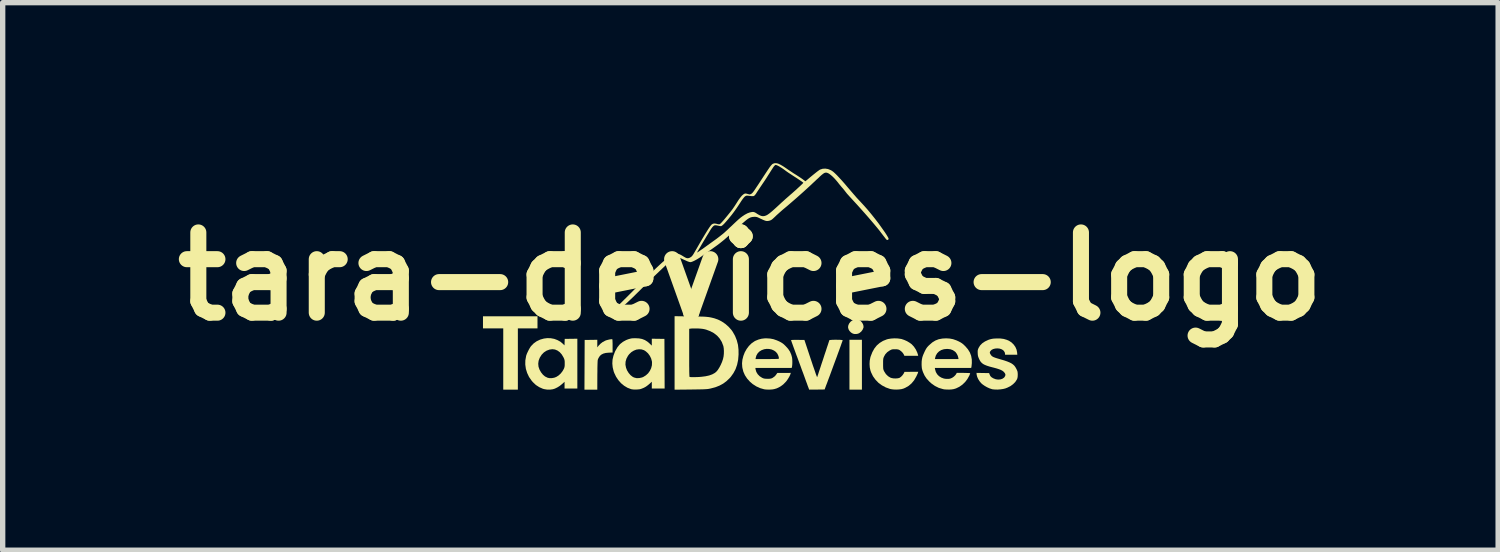
<source format=kicad_pcb>
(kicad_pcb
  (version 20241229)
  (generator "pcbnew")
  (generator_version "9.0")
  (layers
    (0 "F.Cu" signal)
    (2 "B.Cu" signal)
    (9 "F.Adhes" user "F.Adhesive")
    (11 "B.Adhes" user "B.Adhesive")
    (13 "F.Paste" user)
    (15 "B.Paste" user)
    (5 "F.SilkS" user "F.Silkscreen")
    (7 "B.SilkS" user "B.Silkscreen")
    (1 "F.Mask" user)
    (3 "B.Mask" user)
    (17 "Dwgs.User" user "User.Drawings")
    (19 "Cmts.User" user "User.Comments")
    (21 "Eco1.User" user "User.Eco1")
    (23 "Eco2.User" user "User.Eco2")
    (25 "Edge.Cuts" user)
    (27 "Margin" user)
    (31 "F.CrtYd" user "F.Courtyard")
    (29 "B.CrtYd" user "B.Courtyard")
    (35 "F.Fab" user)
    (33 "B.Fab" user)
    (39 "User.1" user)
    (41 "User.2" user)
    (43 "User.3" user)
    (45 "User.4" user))
  (footprint "tara-devices-logo"
    (layer "F.Cu")
    (at 10.979 2.117)
    (property "Reference" "tara-devices-logo" (at 0 0 0) (layer "F.SilkS") (effects (font (size 1.5 1.5) (thickness 0.3))))
    (attr board_only exclude_from_pos_files exclude_from_bom)
    (fp_poly (pts (xy 2.084 1.651) (xy 2.084 2.117) (xy 1.967 2.117) (xy 1.851 2.117) (xy 1.851 1.651) (xy 1.851 1.185) (xy 1.967 1.185) (xy 2.084 1.185)) (stroke (width 0) (type solid)) (fill yes) (layer "F.SilkS"))
    (fp_poly (pts (xy -3.981 0.859) (xy -3.981 0.972) (xy -4.165 0.972) (xy -4.348 0.972) (xy -4.348 1.545) (xy -4.348 2.117) (xy -4.484 2.117) (xy -4.621 2.117) (xy -4.621 1.545) (xy -4.621 0.972) (xy -4.81 0.972) (xy -5 0.972) (xy -5 0.859) (xy -5 0.746) (xy -4.491 0.746) (xy -3.981 0.746)) (stroke (width 0) (type solid)) (fill yes) (layer "F.SilkS"))
    (fp_poly (pts (xy 2.018 0.811) (xy 2.035 0.816) (xy 2.062 0.835) (xy 2.086 0.862) (xy 2.104 0.893) (xy 2.113 0.925) (xy 2.114 0.955) (xy 2.113 0.957) (xy 2.097 0.997) (xy 2.071 1.032) (xy 2.037 1.059) (xy 2.011 1.071) (xy 1.979 1.077) (xy 1.945 1.077) (xy 1.915 1.07) (xy 1.914 1.069) (xy 1.88 1.049) (xy 1.852 1.02) (xy 1.833 0.987) (xy 1.825 0.952) (xy 1.825 0.945) (xy 1.831 0.911) (xy 1.847 0.878) (xy 1.872 0.847) (xy 1.903 0.824) (xy 1.919 0.816) (xy 1.95 0.808) (xy 1.985 0.806)) (stroke (width 0) (type solid)) (fill yes) (layer "F.SilkS"))
    (fp_poly (pts (xy -2.582 1.176) (xy -2.58 1.183) (xy -2.579 1.202) (xy -2.578 1.229) (xy -2.577 1.264) (xy -2.577 1.301) (xy -2.577 1.423) (xy -2.648 1.426) (xy -2.704 1.431) (xy -2.749 1.443) (xy -2.785 1.461) (xy -2.814 1.486) (xy -2.837 1.521) (xy -2.844 1.535) (xy -2.848 1.543) (xy -2.851 1.552) (xy -2.854 1.561) (xy -2.856 1.574) (xy -2.857 1.59) (xy -2.858 1.612) (xy -2.859 1.64) (xy -2.86 1.676) (xy -2.861 1.722) (xy -2.861 1.778) (xy -2.862 1.843) (xy -2.863 2.117) (xy -2.983 2.117) (xy -3.103 2.117) (xy -3.101 1.653) (xy -3.099 1.188) (xy -2.981 1.187) (xy -2.863 1.185) (xy -2.863 1.256) (xy -2.863 1.327) (xy -2.84 1.297) (xy -2.807 1.262) (xy -2.765 1.229) (xy -2.717 1.203) (xy -2.715 1.202) (xy -2.694 1.194) (xy -2.668 1.187) (xy -2.64 1.18) (xy -2.614 1.176) (xy -2.593 1.174)) (stroke (width 0) (type solid)) (fill yes) (layer "F.SilkS"))
    (fp_poly (pts (xy 1.627 1.185) (xy 1.66 1.185) (xy 1.689 1.187) (xy 1.71 1.189) (xy 1.723 1.192) (xy 1.724 1.194) (xy 1.722 1.201) (xy 1.716 1.22) (xy 1.705 1.249) (xy 1.692 1.287) (xy 1.675 1.334) (xy 1.656 1.387) (xy 1.634 1.446) (xy 1.611 1.51) (xy 1.586 1.577) (xy 1.56 1.647) (xy 1.534 1.718) (xy 1.508 1.789) (xy 1.482 1.86) (xy 1.456 1.928) (xy 1.432 1.994) (xy 1.415 2.037) (xy 1.387 2.114) (xy 1.243 2.116) (xy 1.098 2.117) (xy 1.091 2.099) (xy 1.087 2.087) (xy 1.078 2.064) (xy 1.067 2.035) (xy 1.055 2) (xy 1.045 1.974) (xy 1.035 1.947) (xy 1.021 1.908) (xy 1.004 1.861) (xy 0.984 1.806) (xy 0.961 1.746) (xy 0.938 1.681) (xy 0.913 1.614) (xy 0.888 1.546) (xy 0.883 1.532) (xy 0.859 1.469) (xy 0.837 1.409) (xy 0.817 1.354) (xy 0.799 1.305) (xy 0.784 1.263) (xy 0.772 1.23) (xy 0.764 1.206) (xy 0.76 1.193) (xy 0.759 1.191) (xy 0.765 1.189) (xy 0.783 1.188) (xy 0.811 1.187) (xy 0.847 1.186) (xy 0.884 1.187) (xy 1.009 1.188) (xy 1.126 1.541) (xy 1.148 1.606) (xy 1.168 1.667) (xy 1.188 1.723) (xy 1.205 1.772) (xy 1.219 1.814) (xy 1.231 1.847) (xy 1.24 1.87) (xy 1.246 1.882) (xy 1.247 1.884) (xy 1.25 1.877) (xy 1.256 1.858) (xy 1.266 1.829) (xy 1.278 1.791) (xy 1.293 1.746) (xy 1.31 1.695) (xy 1.328 1.639) (xy 1.348 1.58) (xy 1.368 1.519) (xy 1.388 1.457) (xy 1.409 1.396) (xy 1.428 1.336) (xy 1.447 1.28) (xy 1.464 1.228) (xy 1.475 1.193) (xy 1.482 1.19) (xy 1.5 1.188) (xy 1.526 1.186) (xy 1.557 1.185) (xy 1.592 1.184)) (stroke (width 0) (type solid)) (fill yes) (layer "F.SilkS"))
    (fp_poly (pts (xy -2.084 1.159) (xy -2.026 1.17) (xy -1.974 1.19) (xy -1.927 1.219) (xy -1.886 1.254) (xy -1.844 1.294) (xy -1.844 1.229) (xy -1.844 1.165) (xy -1.726 1.167) (xy -1.608 1.168) (xy -1.606 1.633) (xy -1.604 2.097) (xy -1.724 2.097) (xy -1.844 2.097) (xy -1.844 2.033) (xy -1.844 1.969) (xy -1.882 2.004) (xy -1.92 2.036) (xy -1.954 2.061) (xy -1.99 2.081) (xy -2.021 2.094) (xy -2.047 2.104) (xy -2.071 2.11) (xy -2.099 2.113) (xy -2.134 2.115) (xy -2.179 2.115) (xy -2.215 2.111) (xy -2.233 2.107) (xy -2.299 2.082) (xy -2.362 2.044) (xy -2.419 1.997) (xy -2.469 1.94) (xy -2.512 1.876) (xy -2.545 1.807) (xy -2.556 1.778) (xy -2.575 1.701) (xy -2.58 1.65) (xy -2.337 1.65) (xy -2.326 1.707) (xy -2.307 1.756) (xy -2.277 1.805) (xy -2.242 1.846) (xy -2.204 1.876) (xy -2.177 1.89) (xy -2.13 1.902) (xy -2.079 1.901) (xy -2.028 1.89) (xy -2.003 1.88) (xy -1.955 1.85) (xy -1.913 1.812) (xy -1.88 1.766) (xy -1.856 1.716) (xy -1.842 1.662) (xy -1.84 1.609) (xy -1.842 1.587) (xy -1.857 1.533) (xy -1.882 1.483) (xy -1.915 1.438) (xy -1.955 1.402) (xy -1.989 1.38) (xy -2.035 1.365) (xy -2.083 1.362) (xy -2.133 1.369) (xy -2.181 1.388) (xy -2.226 1.416) (xy -2.266 1.454) (xy -2.289 1.484) (xy -2.318 1.538) (xy -2.334 1.593) (xy -2.337 1.65) (xy -2.58 1.65) (xy -2.582 1.628) (xy -2.578 1.556) (xy -2.561 1.483) (xy -2.533 1.408) (xy -2.522 1.386) (xy -2.484 1.321) (xy -2.439 1.267) (xy -2.385 1.224) (xy -2.323 1.19) (xy -2.281 1.174) (xy -2.253 1.166) (xy -2.228 1.16) (xy -2.2 1.157) (xy -2.166 1.156) (xy -2.151 1.156)) (stroke (width 0) (type solid)) (fill yes) (layer "F.SilkS"))
    (fp_poly (pts (xy -3.733 1.156) (xy -3.668 1.168) (xy -3.607 1.191) (xy -3.551 1.222) (xy -3.512 1.255) (xy -3.476 1.29) (xy -3.474 1.229) (xy -3.472 1.168) (xy -3.354 1.167) (xy -3.236 1.165) (xy -3.236 1.631) (xy -3.236 2.097) (xy -3.356 2.097) (xy -3.475 2.097) (xy -3.475 2.033) (xy -3.475 1.97) (xy -3.522 2.013) (xy -3.563 2.046) (xy -3.609 2.075) (xy -3.656 2.098) (xy -3.695 2.11) (xy -3.747 2.117) (xy -3.803 2.116) (xy -3.858 2.107) (xy -3.882 2.1) (xy -3.95 2.07) (xy -4.011 2.03) (xy -4.067 1.977) (xy -4.091 1.949) (xy -4.139 1.88) (xy -4.174 1.806) (xy -4.198 1.729) (xy -4.209 1.649) (xy -4.209 1.632) (xy -3.967 1.632) (xy -3.962 1.688) (xy -3.943 1.743) (xy -3.914 1.794) (xy -3.879 1.838) (xy -3.84 1.871) (xy -3.795 1.893) (xy -3.795 1.894) (xy -3.757 1.902) (xy -3.713 1.902) (xy -3.668 1.894) (xy -3.631 1.88) (xy -3.589 1.854) (xy -3.549 1.818) (xy -3.515 1.775) (xy -3.495 1.741) (xy -3.484 1.719) (xy -3.478 1.701) (xy -3.474 1.682) (xy -3.472 1.66) (xy -3.472 1.628) (xy -3.472 1.628) (xy -3.472 1.596) (xy -3.474 1.574) (xy -3.478 1.555) (xy -3.484 1.537) (xy -3.495 1.514) (xy -3.497 1.51) (xy -3.529 1.457) (xy -3.566 1.416) (xy -3.608 1.386) (xy -3.654 1.367) (xy -3.703 1.361) (xy -3.755 1.368) (xy -3.756 1.368) (xy -3.812 1.389) (xy -3.861 1.421) (xy -3.903 1.464) (xy -3.937 1.518) (xy -3.939 1.521) (xy -3.96 1.577) (xy -3.967 1.632) (xy -4.209 1.632) (xy -4.208 1.57) (xy -4.194 1.491) (xy -4.191 1.478) (xy -4.179 1.445) (xy -4.161 1.406) (xy -4.141 1.366) (xy -4.12 1.33) (xy -4.103 1.305) (xy -4.054 1.254) (xy -3.997 1.213) (xy -3.932 1.182) (xy -3.861 1.162) (xy -3.798 1.154)) (stroke (width 0) (type solid)) (fill yes) (layer "F.SilkS"))
    (fp_poly (pts (xy 2.753 1.16) (xy 2.81 1.168) (xy 2.825 1.171) (xy 2.876 1.188) (xy 2.929 1.212) (xy 2.977 1.241) (xy 3.014 1.268) (xy 3.056 1.313) (xy 3.092 1.367) (xy 3.119 1.425) (xy 3.132 1.466) (xy 3.136 1.485) (xy 3.007 1.485) (xy 2.878 1.485) (xy 2.866 1.458) (xy 2.848 1.43) (xy 2.822 1.403) (xy 2.791 1.379) (xy 2.782 1.374) (xy 2.764 1.367) (xy 2.74 1.363) (xy 2.707 1.362) (xy 2.703 1.362) (xy 2.674 1.362) (xy 2.653 1.364) (xy 2.635 1.369) (xy 2.615 1.379) (xy 2.605 1.384) (xy 2.558 1.416) (xy 2.522 1.455) (xy 2.498 1.497) (xy 2.491 1.513) (xy 2.486 1.527) (xy 2.483 1.542) (xy 2.481 1.562) (xy 2.48 1.588) (xy 2.48 1.625) (xy 2.48 1.635) (xy 2.48 1.673) (xy 2.481 1.701) (xy 2.482 1.722) (xy 2.485 1.738) (xy 2.489 1.752) (xy 2.496 1.767) (xy 2.502 1.779) (xy 2.533 1.827) (xy 2.573 1.866) (xy 2.615 1.892) (xy 2.642 1.901) (xy 2.676 1.907) (xy 2.713 1.908) (xy 2.748 1.906) (xy 2.777 1.9) (xy 2.788 1.896) (xy 2.816 1.876) (xy 2.843 1.848) (xy 2.864 1.818) (xy 2.868 1.81) (xy 2.88 1.785) (xy 3.008 1.784) (xy 3.137 1.784) (xy 3.132 1.799) (xy 3.128 1.812) (xy 3.119 1.832) (xy 3.107 1.858) (xy 3.099 1.874) (xy 3.06 1.942) (xy 3.012 2) (xy 2.957 2.047) (xy 2.894 2.083) (xy 2.859 2.098) (xy 2.821 2.108) (xy 2.774 2.114) (xy 2.724 2.116) (xy 2.673 2.114) (xy 2.628 2.108) (xy 2.61 2.104) (xy 2.531 2.076) (xy 2.458 2.037) (xy 2.393 1.989) (xy 2.338 1.932) (xy 2.291 1.867) (xy 2.256 1.795) (xy 2.243 1.758) (xy 2.231 1.701) (xy 2.227 1.639) (xy 2.23 1.576) (xy 2.242 1.515) (xy 2.247 1.498) (xy 2.278 1.418) (xy 2.316 1.349) (xy 2.362 1.291) (xy 2.416 1.244) (xy 2.478 1.206) (xy 2.548 1.178) (xy 2.573 1.171) (xy 2.629 1.162) (xy 2.69 1.158)) (stroke (width 0) (type solid)) (fill yes) (layer "F.SilkS"))
    (fp_poly (pts (xy -1.124 0.748) (xy -1.048 0.749) (xy -0.984 0.75) (xy -0.93 0.751) (xy -0.885 0.752) (xy -0.847 0.754) (xy -0.814 0.757) (xy -0.785 0.76) (xy -0.759 0.764) (xy -0.734 0.769) (xy -0.708 0.775) (xy -0.68 0.782) (xy -0.679 0.782) (xy -0.607 0.807) (xy -0.536 0.843) (xy -0.468 0.889) (xy -0.407 0.943) (xy -0.354 1.003) (xy -0.331 1.036) (xy -0.287 1.114) (xy -0.255 1.195) (xy -0.233 1.28) (xy -0.223 1.371) (xy -0.222 1.461) (xy -0.23 1.56) (xy -0.249 1.651) (xy -0.278 1.734) (xy -0.318 1.809) (xy -0.368 1.879) (xy -0.386 1.899) (xy -0.445 1.956) (xy -0.509 2.004) (xy -0.579 2.042) (xy -0.658 2.073) (xy -0.746 2.096) (xy -0.776 2.102) (xy -0.794 2.105) (xy -0.817 2.107) (xy -0.848 2.109) (xy -0.887 2.111) (xy -0.934 2.112) (xy -0.993 2.113) (xy -1.062 2.114) (xy -1.124 2.115) (xy -1.418 2.118) (xy -1.418 1.431) (xy -1.418 0.98) (xy -1.145 0.98) (xy -1.145 1.428) (xy -1.145 1.52) (xy -1.145 1.599) (xy -1.145 1.667) (xy -1.144 1.724) (xy -1.144 1.77) (xy -1.143 1.808) (xy -1.142 1.836) (xy -1.141 1.857) (xy -1.14 1.87) (xy -1.138 1.878) (xy -1.137 1.88) (xy -1.124 1.882) (xy -1.101 1.883) (xy -1.07 1.883) (xy -1.034 1.883) (xy -0.994 1.882) (xy -0.955 1.88) (xy -0.918 1.877) (xy -0.917 1.877) (xy -0.839 1.867) (xy -0.771 1.852) (xy -0.713 1.831) (xy -0.666 1.805) (xy -0.639 1.783) (xy -0.61 1.749) (xy -0.582 1.705) (xy -0.555 1.654) (xy -0.531 1.599) (xy -0.512 1.543) (xy -0.512 1.541) (xy -0.502 1.496) (xy -0.497 1.446) (xy -0.496 1.394) (xy -0.499 1.345) (xy -0.506 1.303) (xy -0.509 1.295) (xy -0.536 1.225) (xy -0.575 1.162) (xy -0.623 1.108) (xy -0.683 1.061) (xy -0.752 1.024) (xy -0.829 0.995) (xy -0.861 0.987) (xy -0.893 0.981) (xy -0.928 0.977) (xy -0.971 0.974) (xy -0.979 0.974) (xy -1.017 0.973) (xy -1.053 0.973) (xy -1.084 0.973) (xy -1.106 0.975) (xy -1.108 0.975) (xy -1.145 0.98) (xy -1.418 0.98) (xy -1.418 0.744)) (stroke (width 0) (type solid)) (fill yes) (layer "F.SilkS"))
    (fp_poly (pts (xy 3.725 1.162) (xy 3.788 1.174) (xy 3.851 1.196) (xy 3.895 1.216) (xy 3.927 1.233) (xy 3.952 1.249) (xy 3.977 1.268) (xy 4.003 1.293) (xy 4.015 1.304) (xy 4.065 1.362) (xy 4.102 1.422) (xy 4.126 1.485) (xy 4.138 1.552) (xy 4.139 1.621) (xy 4.136 1.65) (xy 4.134 1.675) (xy 4.131 1.692) (xy 4.131 1.696) (xy 4.126 1.711) (xy 3.787 1.711) (xy 3.447 1.711) (xy 3.452 1.739) (xy 3.466 1.787) (xy 3.491 1.83) (xy 3.525 1.865) (xy 3.568 1.892) (xy 3.617 1.91) (xy 3.657 1.916) (xy 3.686 1.916) (xy 3.713 1.915) (xy 3.732 1.912) (xy 3.769 1.897) (xy 3.804 1.873) (xy 3.832 1.845) (xy 3.84 1.834) (xy 3.858 1.804) (xy 3.983 1.804) (xy 4.028 1.805) (xy 4.064 1.806) (xy 4.09 1.807) (xy 4.105 1.809) (xy 4.108 1.811) (xy 4.105 1.82) (xy 4.099 1.837) (xy 4.092 1.854) (xy 4.057 1.917) (xy 4.014 1.974) (xy 3.962 2.024) (xy 3.905 2.064) (xy 3.843 2.094) (xy 3.8 2.107) (xy 3.762 2.113) (xy 3.716 2.116) (xy 3.668 2.115) (xy 3.623 2.112) (xy 3.599 2.107) (xy 3.521 2.084) (xy 3.449 2.048) (xy 3.381 2) (xy 3.339 1.961) (xy 3.292 1.909) (xy 3.256 1.855) (xy 3.229 1.797) (xy 3.218 1.768) (xy 3.21 1.74) (xy 3.204 1.715) (xy 3.202 1.689) (xy 3.2 1.655) (xy 3.2 1.638) (xy 3.201 1.59) (xy 3.206 1.549) (xy 3.207 1.545) (xy 3.449 1.545) (xy 3.67 1.545) (xy 3.89 1.545) (xy 3.885 1.517) (xy 3.876 1.485) (xy 3.86 1.452) (xy 3.84 1.422) (xy 3.825 1.407) (xy 3.784 1.379) (xy 3.737 1.362) (xy 3.683 1.356) (xy 3.675 1.356) (xy 3.618 1.361) (xy 3.568 1.377) (xy 3.525 1.403) (xy 3.491 1.437) (xy 3.466 1.479) (xy 3.453 1.523) (xy 3.449 1.545) (xy 3.207 1.545) (xy 3.214 1.511) (xy 3.228 1.47) (xy 3.248 1.425) (xy 3.257 1.405) (xy 3.274 1.371) (xy 3.29 1.344) (xy 3.307 1.321) (xy 3.329 1.297) (xy 3.345 1.282) (xy 3.4 1.234) (xy 3.457 1.199) (xy 3.519 1.175) (xy 3.588 1.162) (xy 3.658 1.158)) (stroke (width 0) (type solid)) (fill yes) (layer "F.SilkS"))
    (fp_poly (pts (xy 0.368 1.162) (xy 0.431 1.174) (xy 0.494 1.196) (xy 0.539 1.216) (xy 0.571 1.233) (xy 0.597 1.249) (xy 0.622 1.268) (xy 0.649 1.294) (xy 0.66 1.305) (xy 0.705 1.355) (xy 0.739 1.407) (xy 0.763 1.463) (xy 0.777 1.513) (xy 0.781 1.544) (xy 0.783 1.582) (xy 0.783 1.622) (xy 0.781 1.659) (xy 0.777 1.689) (xy 0.775 1.696) (xy 0.771 1.711) (xy 0.431 1.711) (xy 0.092 1.711) (xy 0.096 1.738) (xy 0.11 1.786) (xy 0.136 1.829) (xy 0.172 1.866) (xy 0.217 1.895) (xy 0.219 1.896) (xy 0.239 1.905) (xy 0.257 1.91) (xy 0.277 1.913) (xy 0.304 1.914) (xy 0.32 1.914) (xy 0.35 1.914) (xy 0.372 1.912) (xy 0.389 1.908) (xy 0.405 1.902) (xy 0.419 1.894) (xy 0.458 1.865) (xy 0.479 1.839) (xy 0.503 1.805) (xy 0.628 1.805) (xy 0.754 1.804) (xy 0.749 1.823) (xy 0.741 1.844) (xy 0.727 1.873) (xy 0.709 1.904) (xy 0.689 1.935) (xy 0.669 1.962) (xy 0.666 1.966) (xy 0.613 2.02) (xy 0.555 2.062) (xy 0.492 2.093) (xy 0.445 2.107) (xy 0.41 2.113) (xy 0.367 2.116) (xy 0.323 2.116) (xy 0.282 2.114) (xy 0.255 2.11) (xy 0.181 2.089) (xy 0.109 2.056) (xy 0.042 2.013) (xy -0.01 1.968) (xy -0.063 1.909) (xy -0.103 1.848) (xy -0.132 1.783) (xy -0.15 1.712) (xy -0.153 1.693) (xy -0.157 1.625) (xy -0.15 1.555) (xy -0.147 1.545) (xy 0.095 1.545) (xy 0.314 1.545) (xy 0.374 1.545) (xy 0.421 1.544) (xy 0.459 1.544) (xy 0.486 1.543) (xy 0.506 1.543) (xy 0.519 1.541) (xy 0.527 1.539) (xy 0.531 1.537) (xy 0.533 1.534) (xy 0.533 1.533) (xy 0.531 1.519) (xy 0.526 1.499) (xy 0.523 1.487) (xy 0.504 1.446) (xy 0.476 1.412) (xy 0.44 1.386) (xy 0.398 1.367) (xy 0.352 1.357) (xy 0.304 1.355) (xy 0.256 1.362) (xy 0.209 1.379) (xy 0.167 1.405) (xy 0.135 1.438) (xy 0.111 1.48) (xy 0.1 1.519) (xy 0.095 1.545) (xy -0.147 1.545) (xy -0.132 1.486) (xy -0.106 1.419) (xy -0.071 1.357) (xy -0.029 1.301) (xy 0.019 1.253) (xy 0.073 1.215) (xy 0.093 1.204) (xy 0.152 1.18) (xy 0.21 1.165) (xy 0.272 1.158) (xy 0.302 1.158)) (stroke (width 0) (type solid)) (fill yes) (layer "F.SilkS"))
    (fp_poly (pts (xy 4.672 1.161) (xy 4.735 1.169) (xy 4.792 1.186) (xy 4.832 1.203) (xy 4.88 1.234) (xy 4.92 1.273) (xy 4.953 1.319) (xy 4.975 1.37) (xy 4.985 1.422) (xy 4.989 1.465) (xy 4.875 1.465) (xy 4.76 1.465) (xy 4.76 1.448) (xy 4.754 1.42) (xy 4.738 1.394) (xy 4.719 1.376) (xy 4.688 1.359) (xy 4.652 1.349) (xy 4.614 1.346) (xy 4.575 1.349) (xy 4.539 1.358) (xy 4.509 1.373) (xy 4.488 1.394) (xy 4.482 1.403) (xy 4.476 1.417) (xy 4.475 1.428) (xy 4.479 1.441) (xy 4.488 1.457) (xy 4.498 1.473) (xy 4.51 1.486) (xy 4.525 1.498) (xy 4.546 1.509) (xy 4.574 1.52) (xy 4.611 1.532) (xy 4.659 1.546) (xy 4.678 1.552) (xy 4.744 1.571) (xy 4.799 1.59) (xy 4.843 1.608) (xy 4.879 1.626) (xy 4.908 1.646) (xy 4.932 1.668) (xy 4.951 1.693) (xy 4.968 1.723) (xy 4.972 1.73) (xy 4.984 1.756) (xy 4.992 1.777) (xy 4.995 1.797) (xy 4.997 1.823) (xy 4.997 1.837) (xy 4.996 1.868) (xy 4.993 1.891) (xy 4.988 1.911) (xy 4.979 1.931) (xy 4.95 1.975) (xy 4.91 2.015) (xy 4.861 2.051) (xy 4.803 2.08) (xy 4.764 2.095) (xy 4.722 2.105) (xy 4.673 2.112) (xy 4.621 2.116) (xy 4.572 2.115) (xy 4.528 2.111) (xy 4.512 2.107) (xy 4.469 2.093) (xy 4.423 2.072) (xy 4.378 2.046) (xy 4.338 2.018) (xy 4.314 1.997) (xy 4.283 1.96) (xy 4.257 1.919) (xy 4.239 1.878) (xy 4.229 1.839) (xy 4.229 1.837) (xy 4.226 1.804) (xy 4.344 1.806) (xy 4.462 1.808) (xy 4.471 1.833) (xy 4.485 1.863) (xy 4.508 1.886) (xy 4.541 1.906) (xy 4.544 1.907) (xy 4.586 1.923) (xy 4.63 1.929) (xy 4.671 1.926) (xy 4.708 1.915) (xy 4.738 1.895) (xy 4.747 1.886) (xy 4.763 1.86) (xy 4.767 1.836) (xy 4.758 1.812) (xy 4.744 1.794) (xy 4.728 1.777) (xy 4.707 1.762) (xy 4.68 1.748) (xy 4.646 1.735) (xy 4.603 1.721) (xy 4.548 1.706) (xy 4.532 1.702) (xy 4.471 1.686) (xy 4.421 1.67) (xy 4.381 1.654) (xy 4.349 1.637) (xy 4.324 1.617) (xy 4.303 1.594) (xy 4.286 1.566) (xy 4.274 1.542) (xy 4.262 1.513) (xy 4.254 1.488) (xy 4.25 1.459) (xy 4.249 1.437) (xy 4.248 1.408) (xy 4.249 1.386) (xy 4.253 1.368) (xy 4.261 1.347) (xy 4.264 1.339) (xy 4.293 1.292) (xy 4.333 1.251) (xy 4.385 1.216) (xy 4.447 1.187) (xy 4.464 1.181) (xy 4.492 1.173) (xy 4.519 1.167) (xy 4.549 1.163) (xy 4.587 1.161) (xy 4.601 1.16)) (stroke (width 0) (type solid)) (fill yes) (layer "F.SilkS"))
    (fp_poly (pts (xy 0.498 -2.114) (xy 0.529 -2.104) (xy 0.565 -2.086) (xy 0.608 -2.061) (xy 0.659 -2.027) (xy 0.682 -2.011) (xy 0.72 -1.985) (xy 0.761 -1.958) (xy 0.801 -1.931) (xy 0.836 -1.909) (xy 0.848 -1.902) (xy 0.882 -1.88) (xy 0.919 -1.856) (xy 0.953 -1.833) (xy 0.974 -1.818) (xy 1.027 -1.778) (xy 1.061 -1.806) (xy 1.12 -1.856) (xy 1.17 -1.897) (xy 1.211 -1.93) (xy 1.245 -1.957) (xy 1.271 -1.976) (xy 1.29 -1.99) (xy 1.303 -1.997) (xy 1.303 -1.997) (xy 1.35 -2.012) (xy 1.399 -2.015) (xy 1.45 -2.007) (xy 1.5 -1.987) (xy 1.523 -1.974) (xy 1.549 -1.955) (xy 1.58 -1.927) (xy 1.617 -1.891) (xy 1.66 -1.845) (xy 1.71 -1.791) (xy 1.767 -1.726) (xy 1.822 -1.661) (xy 1.865 -1.611) (xy 1.901 -1.569) (xy 1.93 -1.535) (xy 1.955 -1.507) (xy 1.976 -1.482) (xy 1.995 -1.461) (xy 2.014 -1.441) (xy 2.033 -1.42) (xy 2.054 -1.398) (xy 2.063 -1.388) (xy 2.126 -1.32) (xy 2.193 -1.244) (xy 2.261 -1.162) (xy 2.328 -1.078) (xy 2.392 -0.995) (xy 2.428 -0.945) (xy 2.474 -0.88) (xy 2.513 -0.825) (xy 2.543 -0.779) (xy 2.564 -0.744) (xy 2.578 -0.719) (xy 2.583 -0.704) (xy 2.583 -0.703) (xy 2.578 -0.688) (xy 2.565 -0.681) (xy 2.548 -0.683) (xy 2.547 -0.684) (xy 2.541 -0.69) (xy 2.527 -0.706) (xy 2.509 -0.73) (xy 2.486 -0.759) (xy 2.46 -0.793) (xy 2.446 -0.811) (xy 2.412 -0.856) (xy 2.369 -0.909) (xy 2.319 -0.969) (xy 2.263 -1.035) (xy 2.203 -1.105) (xy 2.139 -1.178) (xy 2.073 -1.252) (xy 2.006 -1.327) (xy 1.938 -1.401) (xy 1.872 -1.473) (xy 1.855 -1.491) (xy 1.83 -1.519) (xy 1.804 -1.548) (xy 1.782 -1.576) (xy 1.775 -1.585) (xy 1.754 -1.612) (xy 1.729 -1.643) (xy 1.705 -1.67) (xy 1.704 -1.671) (xy 1.681 -1.699) (xy 1.656 -1.729) (xy 1.635 -1.757) (xy 1.634 -1.758) (xy 1.604 -1.794) (xy 1.571 -1.831) (xy 1.537 -1.865) (xy 1.504 -1.894) (xy 1.475 -1.916) (xy 1.457 -1.927) (xy 1.436 -1.936) (xy 1.417 -1.94) (xy 1.399 -1.939) (xy 1.379 -1.932) (xy 1.357 -1.917) (xy 1.329 -1.895) (xy 1.295 -1.864) (xy 1.285 -1.854) (xy 1.264 -1.834) (xy 1.235 -1.808) (xy 1.203 -1.777) (xy 1.168 -1.745) (xy 1.139 -1.717) (xy 1.077 -1.66) (xy 1.008 -1.597) (xy 0.932 -1.529) (xy 0.853 -1.459) (xy 0.771 -1.388) (xy 0.691 -1.319) (xy 0.613 -1.254) (xy 0.6 -1.243) (xy 0.566 -1.213) (xy 0.528 -1.179) (xy 0.49 -1.145) (xy 0.462 -1.118) (xy 0.433 -1.091) (xy 0.412 -1.072) (xy 0.395 -1.059) (xy 0.379 -1.05) (xy 0.363 -1.044) (xy 0.357 -1.042) (xy 0.334 -1.037) (xy 0.313 -1.035) (xy 0.291 -1.037) (xy 0.266 -1.045) (xy 0.234 -1.058) (xy 0.194 -1.077) (xy 0.193 -1.077) (xy 0.16 -1.093) (xy 0.136 -1.104) (xy 0.117 -1.11) (xy 0.1 -1.113) (xy 0.082 -1.114) (xy 0.073 -1.114) (xy 0.03 -1.11) (xy -0.003 -1.1) (xy -0.015 -1.094) (xy -0.026 -1.088) (xy -0.039 -1.081) (xy -0.052 -1.072) (xy -0.068 -1.06) (xy -0.086 -1.046) (xy -0.108 -1.027) (xy -0.135 -1.004) (xy -0.168 -0.975) (xy -0.207 -0.941) (xy -0.252 -0.899) (xy -0.306 -0.851) (xy -0.368 -0.794) (xy -0.392 -0.772) (xy -0.44 -0.73) (xy -0.484 -0.691) (xy -0.528 -0.655) (xy -0.573 -0.619) (xy -0.622 -0.582) (xy -0.678 -0.542) (xy -0.741 -0.497) (xy -0.766 -0.48) (xy -0.802 -0.455) (xy -0.843 -0.426) (xy -0.882 -0.398) (xy -0.912 -0.376) (xy -0.956 -0.346) (xy -1 -0.319) (xy -1.04 -0.297) (xy -1.076 -0.28) (xy -1.106 -0.269) (xy -1.124 -0.266) (xy -1.143 -0.27) (xy -1.173 -0.28) (xy -1.213 -0.298) (xy -1.24 -0.31) (xy -1.285 -0.331) (xy -1.32 -0.346) (xy -1.349 -0.354) (xy -1.373 -0.356) (xy -1.395 -0.353) (xy -1.418 -0.343) (xy -1.443 -0.327) (xy -1.454 -0.32) (xy -1.476 -0.303) (xy -1.506 -0.278) (xy -1.544 -0.244) (xy -1.591 -0.201) (xy -1.646 -0.149) (xy -1.71 -0.088) (xy -1.783 -0.018) (xy -1.865 0.062) (xy -1.956 0.151) (xy -2.055 0.249) (xy -2.067 0.261) (xy -2.138 0.331) (xy -2.201 0.393) (xy -2.257 0.446) (xy -2.306 0.492) (xy -2.349 0.531) (xy -2.387 0.564) (xy -2.422 0.591) (xy -2.453 0.615) (xy -2.482 0.634) (xy -2.509 0.651) (xy -2.534 0.664) (xy -2.555 0.673) (xy -2.569 0.673) (xy -2.572 0.672) (xy -2.581 0.662) (xy -2.583 0.657) (xy -2.579 0.649) (xy -2.566 0.635) (xy -2.547 0.616) (xy -2.523 0.593) (xy -2.515 0.586) (xy -2.498 0.57) (xy -2.473 0.546) (xy -2.44 0.514) (xy -2.401 0.476) (xy -2.357 0.432) (xy -2.309 0.385) (xy -2.257 0.333) (xy -2.204 0.28) (xy -2.149 0.225) (xy -2.144 0.22) (xy -2.062 0.138) (xy -1.988 0.065) (xy -1.923 0.000437) (xy -1.864 -0.057) (xy -1.811 -0.108) (xy -1.764 -0.154) (xy -1.721 -0.194) (xy -1.682 -0.23) (xy -1.646 -0.263) (xy -1.611 -0.293) (xy -1.579 -0.321) (xy -1.564 -0.333) (xy -1.525 -0.365) (xy -1.493 -0.39) (xy -1.467 -0.407) (xy -1.445 -0.418) (xy -1.426 -0.425) (xy -1.406 -0.428) (xy -1.392 -0.428) (xy -1.366 -0.426) (xy -1.341 -0.42) (xy -1.315 -0.409) (xy -1.283 -0.392) (xy -1.251 -0.372) (xy -1.217 -0.352) (xy -1.189 -0.341) (xy -1.164 -0.34) (xy -1.139 -0.347) (xy -1.117 -0.359) (xy -1.103 -0.369) (xy -1.091 -0.382) (xy -1.077 -0.399) (xy -1.061 -0.424) (xy -1.048 -0.447) (xy -0.996 -0.447) (xy -0.995 -0.446) (xy -0.989 -0.45) (xy -0.973 -0.46) (xy -0.95 -0.476) (xy -0.922 -0.496) (xy -0.889 -0.518) (xy -0.887 -0.52) (xy -0.808 -0.577) (xy -0.74 -0.626) (xy -0.68 -0.669) (xy -0.629 -0.706) (xy -0.586 -0.739) (xy -0.549 -0.768) (xy -0.517 -0.793) (xy -0.491 -0.815) (xy -0.468 -0.836) (xy -0.458 -0.845) (xy -0.425 -0.875) (xy -0.389 -0.91) (xy -0.353 -0.943) (xy -0.326 -0.969) (xy -0.289 -1.004) (xy -0.259 -1.032) (xy -0.236 -1.053) (xy -0.216 -1.071) (xy -0.199 -1.085) (xy -0.183 -1.099) (xy -0.165 -1.112) (xy -0.158 -1.118) (xy -0.107 -1.152) (xy -0.057 -1.179) (xy -0.011 -1.196) (xy 0.03 -1.204) (xy 0.048 -1.205) (xy 0.063 -1.203) (xy 0.076 -1.199) (xy 0.093 -1.191) (xy 0.115 -1.177) (xy 0.128 -1.168) (xy 0.166 -1.146) (xy 0.197 -1.132) (xy 0.225 -1.126) (xy 0.252 -1.127) (xy 0.271 -1.131) (xy 0.285 -1.136) (xy 0.3 -1.142) (xy 0.315 -1.15) (xy 0.333 -1.162) (xy 0.354 -1.177) (xy 0.379 -1.197) (xy 0.409 -1.222) (xy 0.445 -1.254) (xy 0.488 -1.293) (xy 0.538 -1.339) (xy 0.584 -1.382) (xy 0.617 -1.411) (xy 0.655 -1.446) (xy 0.695 -1.481) (xy 0.732 -1.513) (xy 0.739 -1.52) (xy 0.779 -1.554) (xy 0.818 -1.589) (xy 0.857 -1.623) (xy 0.892 -1.656) (xy 0.924 -1.685) (xy 0.951 -1.711) (xy 0.972 -1.731) (xy 0.985 -1.745) (xy 0.989 -1.75) (xy 0.983 -1.756) (xy 0.968 -1.767) (xy 0.946 -1.783) (xy 0.916 -1.803) (xy 0.882 -1.826) (xy 0.869 -1.835) (xy 0.819 -1.867) (xy 0.779 -1.893) (xy 0.747 -1.914) (xy 0.721 -1.931) (xy 0.699 -1.946) (xy 0.68 -1.959) (xy 0.662 -1.972) (xy 0.643 -1.986) (xy 0.623 -2.001) (xy 0.588 -2.025) (xy 0.554 -2.046) (xy 0.523 -2.064) (xy 0.496 -2.077) (xy 0.477 -2.083) (xy 0.472 -2.084) (xy 0.465 -2.083) (xy 0.458 -2.077) (xy 0.448 -2.068) (xy 0.435 -2.052) (xy 0.419 -2.028) (xy 0.399 -1.997) (xy 0.372 -1.955) (xy 0.36 -1.935) (xy 0.33 -1.889) (xy 0.297 -1.836) (xy 0.262 -1.783) (xy 0.228 -1.733) (xy 0.207 -1.702) (xy 0.182 -1.665) (xy 0.159 -1.63) (xy 0.138 -1.599) (xy 0.122 -1.575) (xy 0.112 -1.558) (xy 0.111 -1.557) (xy 0.097 -1.536) (xy 0.082 -1.518) (xy 0.075 -1.511) (xy 0.067 -1.505) (xy 0.06 -1.502) (xy 0.05 -1.5) (xy 0.036 -1.5) (xy 0.015 -1.501) (xy -0.015 -1.505) (xy -0.043 -1.508) (xy -0.061 -1.51) (xy -0.078 -1.508) (xy -0.093 -1.501) (xy -0.109 -1.489) (xy -0.126 -1.47) (xy -0.147 -1.443) (xy -0.172 -1.407) (xy -0.197 -1.368) (xy -0.234 -1.312) (xy -0.266 -1.265) (xy -0.295 -1.224) (xy -0.323 -1.186) (xy -0.352 -1.148) (xy -0.384 -1.109) (xy -0.414 -1.072) (xy -0.454 -1.026) (xy -0.486 -0.99) (xy -0.512 -0.964) (xy -0.532 -0.948) (xy -0.547 -0.94) (xy -0.552 -0.939) (xy -0.565 -0.94) (xy -0.586 -0.944) (xy -0.609 -0.949) (xy -0.634 -0.954) (xy -0.656 -0.956) (xy -0.669 -0.955) (xy -0.688 -0.945) (xy -0.71 -0.923) (xy -0.734 -0.891) (xy -0.759 -0.851) (xy -0.776 -0.822) (xy -0.795 -0.79) (xy -0.812 -0.764) (xy -0.812 -0.762) (xy -0.824 -0.744) (xy -0.84 -0.716) (xy -0.86 -0.683) (xy -0.883 -0.645) (xy -0.905 -0.607) (xy -0.906 -0.606) (xy -0.927 -0.569) (xy -0.947 -0.535) (xy -0.965 -0.505) (xy -0.978 -0.482) (xy -0.986 -0.469) (xy -0.987 -0.468) (xy -0.994 -0.454) (xy -0.996 -0.447) (xy -1.048 -0.447) (xy -1.042 -0.457) (xy -0.986 -0.554) (xy -0.937 -0.639) (xy -0.893 -0.714) (xy -0.854 -0.779) (xy -0.821 -0.833) (xy -0.792 -0.879) (xy -0.768 -0.915) (xy -0.748 -0.943) (xy -0.732 -0.962) (xy -0.723 -0.972) (xy -0.699 -0.985) (xy -0.667 -0.989) (xy -0.629 -0.982) (xy -0.621 -0.979) (xy -0.6 -0.975) (xy -0.581 -0.974) (xy -0.577 -0.974) (xy -0.566 -0.982) (xy -0.548 -0.999) (xy -0.524 -1.025) (xy -0.494 -1.059) (xy -0.485 -1.07) (xy -0.442 -1.122) (xy -0.407 -1.165) (xy -0.378 -1.201) (xy -0.353 -1.233) (xy -0.331 -1.262) (xy -0.312 -1.29) (xy -0.293 -1.318) (xy -0.273 -1.349) (xy -0.259 -1.371) (xy -0.222 -1.429) (xy -0.189 -1.474) (xy -0.16 -1.509) (xy -0.134 -1.532) (xy -0.113 -1.545) (xy -0.099 -1.549) (xy -0.085 -1.549) (xy -0.066 -1.545) (xy -0.052 -1.541) (xy -0.03 -1.535) (xy -0.015 -1.532) (xy -0.004 -1.534) (xy 0.008 -1.54) (xy 0.012 -1.542) (xy 0.02 -1.546) (xy 0.027 -1.552) (xy 0.036 -1.56) (xy 0.046 -1.572) (xy 0.058 -1.587) (xy 0.073 -1.608) (xy 0.092 -1.636) (xy 0.115 -1.671) (xy 0.144 -1.714) (xy 0.178 -1.766) (xy 0.216 -1.824) (xy 0.257 -1.887) (xy 0.292 -1.94) (xy 0.321 -1.984) (xy 0.345 -2.019) (xy 0.364 -2.047) (xy 0.381 -2.068) (xy 0.394 -2.083) (xy 0.405 -2.095) (xy 0.414 -2.102) (xy 0.422 -2.106) (xy 0.446 -2.115) (xy 0.47 -2.117)) (stroke (width 0) (type solid)) (fill yes) (layer "F.SilkS")))
  (gr_rect
    (start -3 -3)
    (end 24.957 7.236)
    (stroke (width 0.1) (type default))
    (fill no)
    (layer "Edge.Cuts")))
</source>
